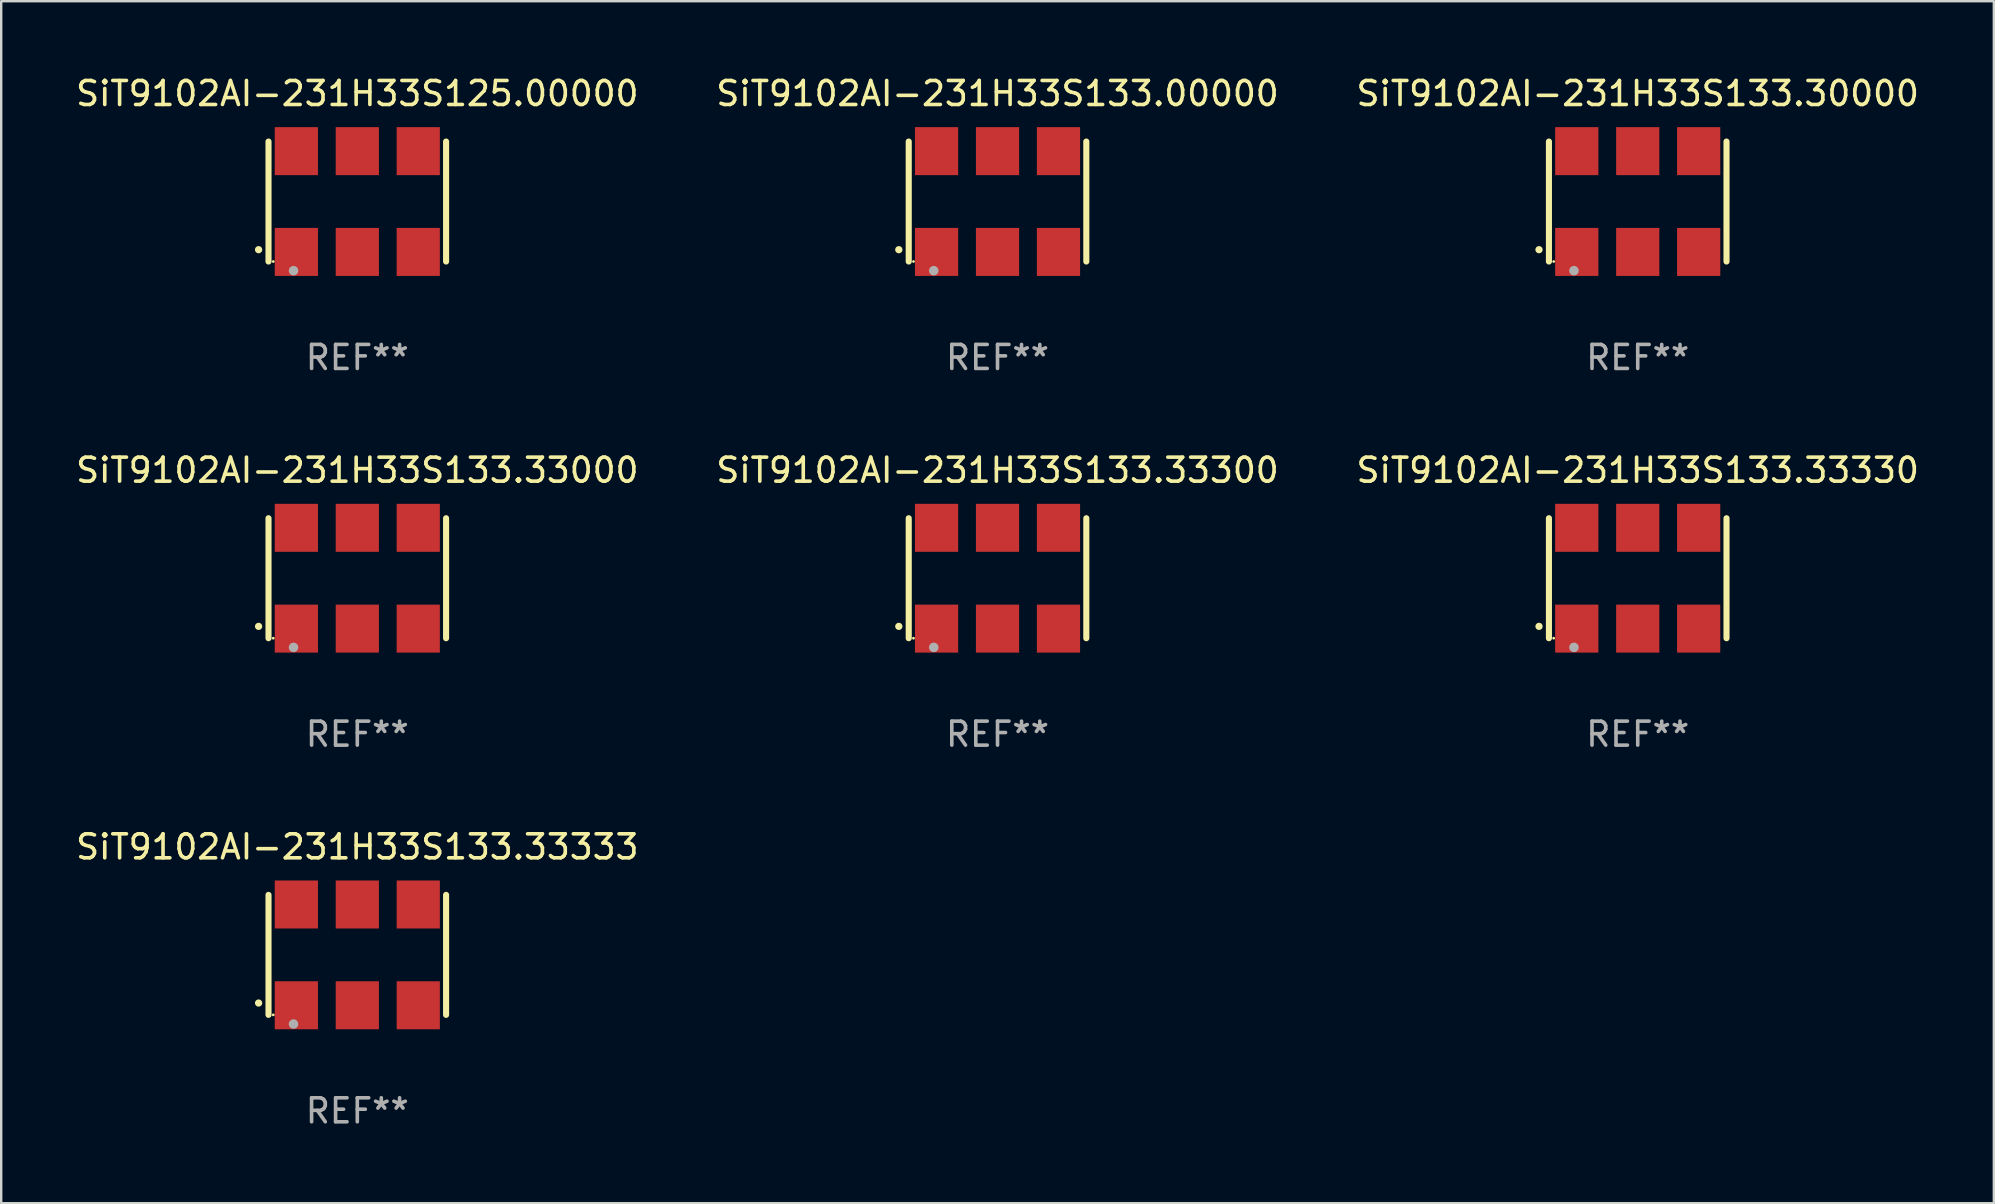
<source format=kicad_pcb>
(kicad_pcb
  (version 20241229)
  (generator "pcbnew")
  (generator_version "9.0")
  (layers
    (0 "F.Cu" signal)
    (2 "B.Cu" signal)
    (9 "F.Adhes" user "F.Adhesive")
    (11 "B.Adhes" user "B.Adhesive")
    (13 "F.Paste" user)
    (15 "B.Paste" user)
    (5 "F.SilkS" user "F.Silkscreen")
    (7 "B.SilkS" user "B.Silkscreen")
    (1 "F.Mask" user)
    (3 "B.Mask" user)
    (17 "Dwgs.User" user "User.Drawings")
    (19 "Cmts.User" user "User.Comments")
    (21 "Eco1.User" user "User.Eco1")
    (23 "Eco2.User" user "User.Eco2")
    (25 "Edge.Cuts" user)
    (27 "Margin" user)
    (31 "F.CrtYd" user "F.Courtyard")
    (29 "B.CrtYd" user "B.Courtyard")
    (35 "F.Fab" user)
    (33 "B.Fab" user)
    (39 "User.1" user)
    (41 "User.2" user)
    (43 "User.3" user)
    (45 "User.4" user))
  (footprint "SiT9102AI-231H33S133.33300"
    (layer "F.Cu")
    (at 38.518 21.045)
    (property "Reference" "SiT9102AI-231H33S133.33300" (at 0 -4.5 0) (layer "F.SilkS") (effects (font (size 1 1) (thickness 0.15))))
    (attr through_hole)
    (fp_line (start -3.7 -2.5) (end -3.7 2.5) (stroke (width 0.254) (type solid)) (layer "F.SilkS"))
    (fp_line (start 3.7 -2.5) (end 3.7 2.5) (stroke (width 0.254) (type solid)) (layer "F.SilkS"))
    (fp_arc (start -4.114415 2.006604) (mid -4.113145 2.006599) (end -4.111875 2.006604) (stroke (width 0.3) (type solid)) (layer "F.SilkS"))
    (fp_circle (center -3.502 2.5) (end -3.472 2.5) (stroke (width 0.06) (type solid)) (fill no) (layer "F.SilkS"))
    (fp_circle (center -2.657 2.882) (end -2.557 2.882) (stroke (width 0.2) (type solid)) (fill no) (layer "F.Fab"))
    (fp_text user "REF**" (at 0 6.5 0) (layer "F.Fab") (effects (font (size 1 1) (thickness 0.15))))
    (pad "1" smd rect (at -2.54 2.1) (size 1.8 2) (layers "F.Cu" "F.Mask" "F.Paste"))
    (pad "2" smd rect (at 0.000394 2.1) (size 1.8 2) (layers "F.Cu" "F.Mask" "F.Paste"))
    (pad "3" smd rect (at 2.54 2.1) (size 1.8 2) (layers "F.Cu" "F.Mask" "F.Paste"))
    (pad "4" smd rect (at 2.54 -2.1) (size 1.8 2) (layers "F.Cu" "F.Mask" "F.Paste"))
    (pad "5" smd rect (at 0.000394 -2.1) (size 1.8 2) (layers "F.Cu" "F.Mask" "F.Paste"))
    (pad "6" smd rect (at -2.54 -2.1) (size 1.8 2) (layers "F.Cu" "F.Mask" "F.Paste")))
  (footprint "SiT9102AI-231H33S133.33000"
    (layer "F.Cu")
    (at 11.839 21.045)
    (property "Reference" "SiT9102AI-231H33S133.33000" (at 0 -4.5 0) (layer "F.SilkS") (effects (font (size 1 1) (thickness 0.15))))
    (attr through_hole)
    (fp_line (start -3.7 -2.5) (end -3.7 2.5) (stroke (width 0.254) (type solid)) (layer "F.SilkS"))
    (fp_line (start 3.7 -2.5) (end 3.7 2.5) (stroke (width 0.254) (type solid)) (layer "F.SilkS"))
    (fp_arc (start -4.114415 2.006604) (mid -4.113145 2.006599) (end -4.111875 2.006604) (stroke (width 0.3) (type solid)) (layer "F.SilkS"))
    (fp_circle (center -3.502 2.5) (end -3.472 2.5) (stroke (width 0.06) (type solid)) (fill no) (layer "F.SilkS"))
    (fp_circle (center -2.657 2.882) (end -2.557 2.882) (stroke (width 0.2) (type solid)) (fill no) (layer "F.Fab"))
    (fp_text user "REF**" (at 0 6.5 0) (layer "F.Fab") (effects (font (size 1 1) (thickness 0.15))))
    (pad "1" smd rect (at -2.54 2.1) (size 1.8 2) (layers "F.Cu" "F.Mask" "F.Paste"))
    (pad "2" smd rect (at 0.000394 2.1) (size 1.8 2) (layers "F.Cu" "F.Mask" "F.Paste"))
    (pad "3" smd rect (at 2.54 2.1) (size 1.8 2) (layers "F.Cu" "F.Mask" "F.Paste"))
    (pad "4" smd rect (at 2.54 -2.1) (size 1.8 2) (layers "F.Cu" "F.Mask" "F.Paste"))
    (pad "5" smd rect (at 0.000394 -2.1) (size 1.8 2) (layers "F.Cu" "F.Mask" "F.Paste"))
    (pad "6" smd rect (at -2.54 -2.1) (size 1.8 2) (layers "F.Cu" "F.Mask" "F.Paste")))
  (footprint "SiT9102AI-231H33S133.33330"
    (layer "F.Cu")
    (at 65.196 21.045)
    (property "Reference" "SiT9102AI-231H33S133.33330" (at 0 -4.5 0) (layer "F.SilkS") (effects (font (size 1 1) (thickness 0.15))))
    (attr through_hole)
    (fp_line (start -3.7 -2.5) (end -3.7 2.5) (stroke (width 0.254) (type solid)) (layer "F.SilkS"))
    (fp_line (start 3.7 -2.5) (end 3.7 2.5) (stroke (width 0.254) (type solid)) (layer "F.SilkS"))
    (fp_arc (start -4.114415 2.006604) (mid -4.113145 2.006599) (end -4.111875 2.006604) (stroke (width 0.3) (type solid)) (layer "F.SilkS"))
    (fp_circle (center -3.502 2.5) (end -3.472 2.5) (stroke (width 0.06) (type solid)) (fill no) (layer "F.SilkS"))
    (fp_circle (center -2.657 2.882) (end -2.557 2.882) (stroke (width 0.2) (type solid)) (fill no) (layer "F.Fab"))
    (fp_text user "REF**" (at 0 6.5 0) (layer "F.Fab") (effects (font (size 1 1) (thickness 0.15))))
    (pad "1" smd rect (at -2.54 2.1) (size 1.8 2) (layers "F.Cu" "F.Mask" "F.Paste"))
    (pad "2" smd rect (at 0.000394 2.1) (size 1.8 2) (layers "F.Cu" "F.Mask" "F.Paste"))
    (pad "3" smd rect (at 2.54 2.1) (size 1.8 2) (layers "F.Cu" "F.Mask" "F.Paste"))
    (pad "4" smd rect (at 2.54 -2.1) (size 1.8 2) (layers "F.Cu" "F.Mask" "F.Paste"))
    (pad "5" smd rect (at 0.000394 -2.1) (size 1.8 2) (layers "F.Cu" "F.Mask" "F.Paste"))
    (pad "6" smd rect (at -2.54 -2.1) (size 1.8 2) (layers "F.Cu" "F.Mask" "F.Paste")))
  (footprint "SiT9102AI-231H33S133.33333"
    (layer "F.Cu")
    (at 11.839 36.741)
    (property "Reference" "SiT9102AI-231H33S133.33333" (at 0 -4.5 0) (layer "F.SilkS") (effects (font (size 1 1) (thickness 0.15))))
    (attr through_hole)
    (fp_line (start -3.7 -2.5) (end -3.7 2.5) (stroke (width 0.254) (type solid)) (layer "F.SilkS"))
    (fp_line (start 3.7 -2.5) (end 3.7 2.5) (stroke (width 0.254) (type solid)) (layer "F.SilkS"))
    (fp_arc (start -4.114415 2.006604) (mid -4.113145 2.006599) (end -4.111875 2.006604) (stroke (width 0.3) (type solid)) (layer "F.SilkS"))
    (fp_circle (center -3.502 2.5) (end -3.472 2.5) (stroke (width 0.06) (type solid)) (fill no) (layer "F.SilkS"))
    (fp_circle (center -2.657 2.882) (end -2.557 2.882) (stroke (width 0.2) (type solid)) (fill no) (layer "F.Fab"))
    (fp_text user "REF**" (at 0 6.5 0) (layer "F.Fab") (effects (font (size 1 1) (thickness 0.15))))
    (pad "1" smd rect (at -2.54 2.1) (size 1.8 2) (layers "F.Cu" "F.Mask" "F.Paste"))
    (pad "2" smd rect (at 0.000394 2.1) (size 1.8 2) (layers "F.Cu" "F.Mask" "F.Paste"))
    (pad "3" smd rect (at 2.54 2.1) (size 1.8 2) (layers "F.Cu" "F.Mask" "F.Paste"))
    (pad "4" smd rect (at 2.54 -2.1) (size 1.8 2) (layers "F.Cu" "F.Mask" "F.Paste"))
    (pad "5" smd rect (at 0.000394 -2.1) (size 1.8 2) (layers "F.Cu" "F.Mask" "F.Paste"))
    (pad "6" smd rect (at -2.54 -2.1) (size 1.8 2) (layers "F.Cu" "F.Mask" "F.Paste")))
  (footprint "SiT9102AI-231H33S133.30000"
    (layer "F.Cu")
    (at 65.196 5.348)
    (property "Reference" "SiT9102AI-231H33S133.30000" (at 0 -4.5 0) (layer "F.SilkS") (effects (font (size 1 1) (thickness 0.15))))
    (attr through_hole)
    (fp_line (start -3.7 -2.5) (end -3.7 2.5) (stroke (width 0.254) (type solid)) (layer "F.SilkS"))
    (fp_line (start 3.7 -2.5) (end 3.7 2.5) (stroke (width 0.254) (type solid)) (layer "F.SilkS"))
    (fp_arc (start -4.114415 2.006604) (mid -4.113145 2.006599) (end -4.111875 2.006604) (stroke (width 0.3) (type solid)) (layer "F.SilkS"))
    (fp_circle (center -3.502 2.5) (end -3.472 2.5) (stroke (width 0.06) (type solid)) (fill no) (layer "F.SilkS"))
    (fp_circle (center -2.657 2.882) (end -2.557 2.882) (stroke (width 0.2) (type solid)) (fill no) (layer "F.Fab"))
    (fp_text user "REF**" (at 0 6.5 0) (layer "F.Fab") (effects (font (size 1 1) (thickness 0.15))))
    (pad "1" smd rect (at -2.54 2.1) (size 1.8 2) (layers "F.Cu" "F.Mask" "F.Paste"))
    (pad "2" smd rect (at 0.000394 2.1) (size 1.8 2) (layers "F.Cu" "F.Mask" "F.Paste"))
    (pad "3" smd rect (at 2.54 2.1) (size 1.8 2) (layers "F.Cu" "F.Mask" "F.Paste"))
    (pad "4" smd rect (at 2.54 -2.1) (size 1.8 2) (layers "F.Cu" "F.Mask" "F.Paste"))
    (pad "5" smd rect (at 0.000394 -2.1) (size 1.8 2) (layers "F.Cu" "F.Mask" "F.Paste"))
    (pad "6" smd rect (at -2.54 -2.1) (size 1.8 2) (layers "F.Cu" "F.Mask" "F.Paste")))
  (footprint "SiT9102AI-231H33S125.00000"
    (layer "F.Cu")
    (at 11.839 5.348)
    (property "Reference" "SiT9102AI-231H33S125.00000" (at 0 -4.5 0) (layer "F.SilkS") (effects (font (size 1 1) (thickness 0.15))))
    (attr through_hole)
    (fp_line (start -3.7 -2.5) (end -3.7 2.5) (stroke (width 0.254) (type solid)) (layer "F.SilkS"))
    (fp_line (start 3.7 -2.5) (end 3.7 2.5) (stroke (width 0.254) (type solid)) (layer "F.SilkS"))
    (fp_arc (start -4.114415 2.006604) (mid -4.113145 2.006599) (end -4.111875 2.006604) (stroke (width 0.3) (type solid)) (layer "F.SilkS"))
    (fp_circle (center -3.502 2.5) (end -3.472 2.5) (stroke (width 0.06) (type solid)) (fill no) (layer "F.SilkS"))
    (fp_circle (center -2.657 2.882) (end -2.557 2.882) (stroke (width 0.2) (type solid)) (fill no) (layer "F.Fab"))
    (fp_text user "REF**" (at 0 6.5 0) (layer "F.Fab") (effects (font (size 1 1) (thickness 0.15))))
    (pad "1" smd rect (at -2.54 2.1) (size 1.8 2) (layers "F.Cu" "F.Mask" "F.Paste"))
    (pad "2" smd rect (at 0.000394 2.1) (size 1.8 2) (layers "F.Cu" "F.Mask" "F.Paste"))
    (pad "3" smd rect (at 2.54 2.1) (size 1.8 2) (layers "F.Cu" "F.Mask" "F.Paste"))
    (pad "4" smd rect (at 2.54 -2.1) (size 1.8 2) (layers "F.Cu" "F.Mask" "F.Paste"))
    (pad "5" smd rect (at 0.000394 -2.1) (size 1.8 2) (layers "F.Cu" "F.Mask" "F.Paste"))
    (pad "6" smd rect (at -2.54 -2.1) (size 1.8 2) (layers "F.Cu" "F.Mask" "F.Paste")))
  (footprint "SiT9102AI-231H33S133.00000"
    (layer "F.Cu")
    (at 38.518 5.348)
    (property "Reference" "SiT9102AI-231H33S133.00000" (at 0 -4.5 0) (layer "F.SilkS") (effects (font (size 1 1) (thickness 0.15))))
    (attr through_hole)
    (fp_line (start -3.7 -2.5) (end -3.7 2.5) (stroke (width 0.254) (type solid)) (layer "F.SilkS"))
    (fp_line (start 3.7 -2.5) (end 3.7 2.5) (stroke (width 0.254) (type solid)) (layer "F.SilkS"))
    (fp_arc (start -4.114415 2.006604) (mid -4.113145 2.006599) (end -4.111875 2.006604) (stroke (width 0.3) (type solid)) (layer "F.SilkS"))
    (fp_circle (center -3.502 2.5) (end -3.472 2.5) (stroke (width 0.06) (type solid)) (fill no) (layer "F.SilkS"))
    (fp_circle (center -2.657 2.882) (end -2.557 2.882) (stroke (width 0.2) (type solid)) (fill no) (layer "F.Fab"))
    (fp_text user "REF**" (at 0 6.5 0) (layer "F.Fab") (effects (font (size 1 1) (thickness 0.15))))
    (pad "1" smd rect (at -2.54 2.1) (size 1.8 2) (layers "F.Cu" "F.Mask" "F.Paste"))
    (pad "2" smd rect (at 0.000394 2.1) (size 1.8 2) (layers "F.Cu" "F.Mask" "F.Paste"))
    (pad "3" smd rect (at 2.54 2.1) (size 1.8 2) (layers "F.Cu" "F.Mask" "F.Paste"))
    (pad "4" smd rect (at 2.54 -2.1) (size 1.8 2) (layers "F.Cu" "F.Mask" "F.Paste"))
    (pad "5" smd rect (at 0.000394 -2.1) (size 1.8 2) (layers "F.Cu" "F.Mask" "F.Paste"))
    (pad "6" smd rect (at -2.54 -2.1) (size 1.8 2) (layers "F.Cu" "F.Mask" "F.Paste")))
  (gr_rect
    (start -3 -3)
    (end 80.036 47.09)
    (stroke (width 0.1) (type default))
    (fill no)
    (layer "Edge.Cuts")))
</source>
